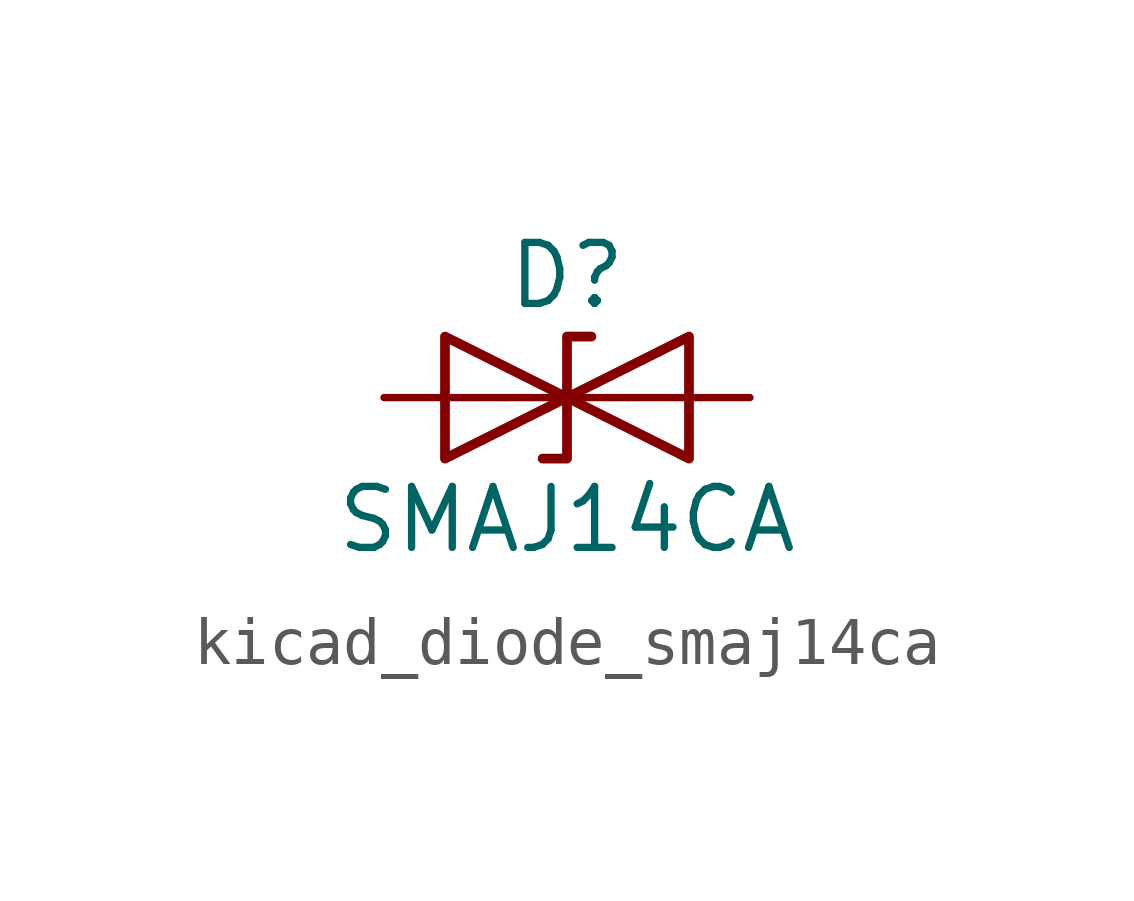
<source format=kicad_sym>
(kicad_symbol_lib
  (version 20220914)
  (generator kicad_symbol_editor)
  (symbol "kicad_diode_smaj14ca"
    (pin_numbers hide)
    (pin_names
      (offset 1.016) hide)
    (property "Reference" "D"
      (at 0 2.54 0)
      (effects (font (size 1.27 1.27))))
    (property "Value" "SMAJ14CA"
      (at 0 -2.54 0)
      (effects (font (size 1.27 1.27))))
    (symbol "kicad_diode_smaj14ca_0_1"
      (polyline (pts (xy 1.27 0) (xy -1.27 0)) (stroke (width 0) (type default)) (fill (type none)))
      (polyline (pts (xy -2.54 -1.27) (xy 0 0) (xy -2.54 1.27) (xy -2.54 -1.27)) (stroke (width 0.203) (type default)) (fill (type none)))
      (polyline (pts (xy 0.508 1.27) (xy 0 1.27) (xy 0 -1.27) (xy -0.508 -1.27)) (stroke (width 0.203) (type default)) (fill (type none)))
      (polyline (pts (xy 2.54 1.27) (xy 2.54 -1.27) (xy 0 0) (xy 2.54 1.27)) (stroke (width 0.203) (type default)) (fill (type none))))
    (symbol "kicad_diode_smaj14ca_1_1"
      (pin passive line (at -3.81 0 0) (length 2.54) (name "A1" (effects (font (size 1.27 1.27)))) (number "1" (effects (font (size 1.27 1.27)))))
      (pin passive line (at 3.81 0 180) (length 2.54) (name "A2" (effects (font (size 1.27 1.27)))) (number "2" (effects (font (size 1.27 1.27))))))))
</source>
